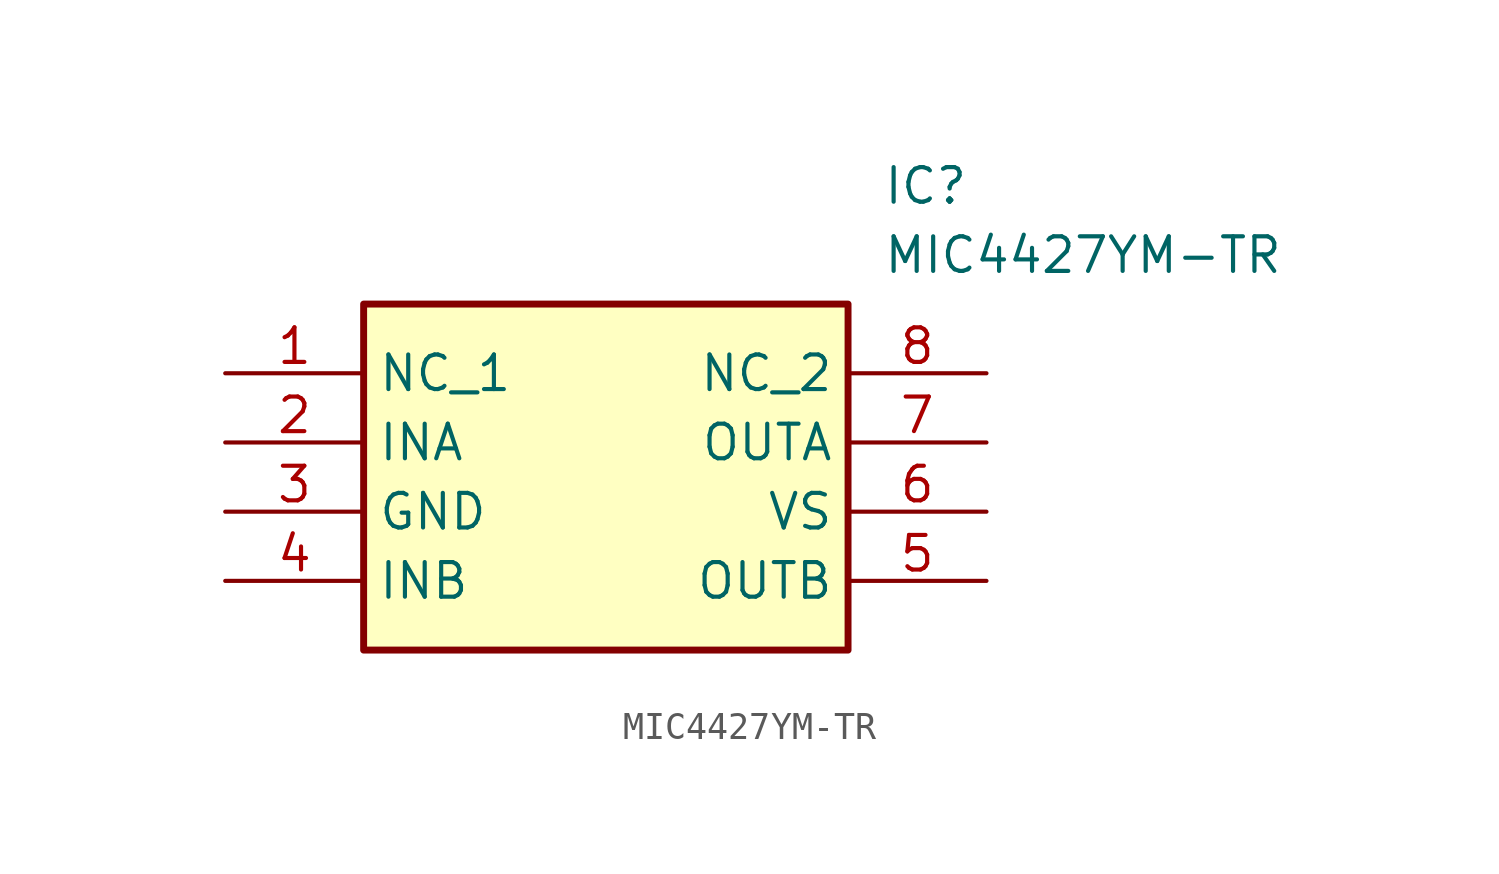
<source format=kicad_sym>
(kicad_symbol_lib
  (version 20241209)
  (generator "kicad_symbol_editor")
  (generator_version "9.0")
  (symbol "MIC4427YM-TR"
    (property "Reference" "IC"
      (at 24.13 7.62 0)
      (effects (font (size 1.27 1.27)) (justify left top)))
    (property "Value" "MIC4427YM-TR"
      (at 24.13 5.08 0)
      (effects (font (size 1.27 1.27)) (justify left top)))
    (symbol "MIC4427YM-TR_1_1"
      (rectangle (start 5.08 2.54) (end 22.86 -10.16) (stroke (width 0.254) (type default)) (fill (type background)))
      (pin passive line (at 0 0 0) (length 5.08) (name "NC_1" (effects (font (size 1.27 1.27)))) (number "1" (effects (font (size 1.27 1.27)))))
      (pin passive line (at 0 -2.54 0) (length 5.08) (name "INA" (effects (font (size 1.27 1.27)))) (number "2" (effects (font (size 1.27 1.27)))))
      (pin passive line (at 0 -5.08 0) (length 5.08) (name "GND" (effects (font (size 1.27 1.27)))) (number "3" (effects (font (size 1.27 1.27)))))
      (pin passive line (at 0 -7.62 0) (length 5.08) (name "INB" (effects (font (size 1.27 1.27)))) (number "4" (effects (font (size 1.27 1.27)))))
      (pin passive line (at 27.94 0 180) (length 5.08) (name "NC_2" (effects (font (size 1.27 1.27)))) (number "8" (effects (font (size 1.27 1.27)))))
      (pin passive line (at 27.94 -2.54 180) (length 5.08) (name "OUTA" (effects (font (size 1.27 1.27)))) (number "7" (effects (font (size 1.27 1.27)))))
      (pin passive line (at 27.94 -5.08 180) (length 5.08) (name "VS" (effects (font (size 1.27 1.27)))) (number "6" (effects (font (size 1.27 1.27)))))
      (pin passive line (at 27.94 -7.62 180) (length 5.08) (name "OUTB" (effects (font (size 1.27 1.27)))) (number "5" (effects (font (size 1.27 1.27))))))))
</source>
